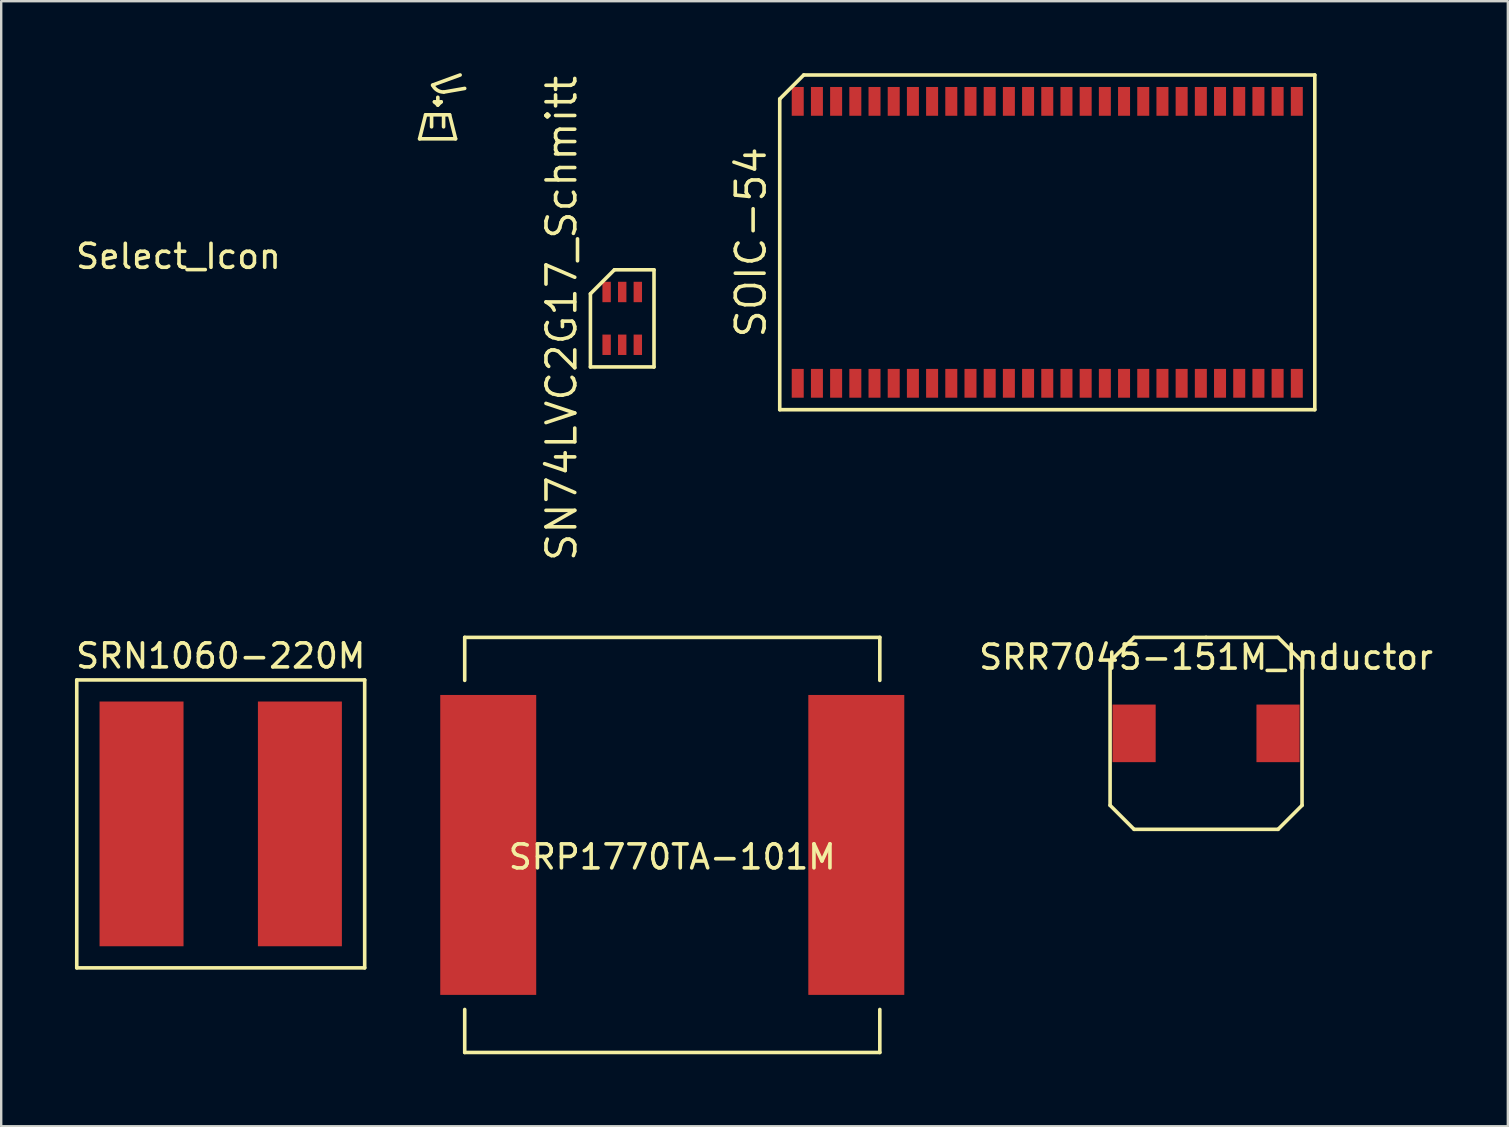
<source format=kicad_pcb>
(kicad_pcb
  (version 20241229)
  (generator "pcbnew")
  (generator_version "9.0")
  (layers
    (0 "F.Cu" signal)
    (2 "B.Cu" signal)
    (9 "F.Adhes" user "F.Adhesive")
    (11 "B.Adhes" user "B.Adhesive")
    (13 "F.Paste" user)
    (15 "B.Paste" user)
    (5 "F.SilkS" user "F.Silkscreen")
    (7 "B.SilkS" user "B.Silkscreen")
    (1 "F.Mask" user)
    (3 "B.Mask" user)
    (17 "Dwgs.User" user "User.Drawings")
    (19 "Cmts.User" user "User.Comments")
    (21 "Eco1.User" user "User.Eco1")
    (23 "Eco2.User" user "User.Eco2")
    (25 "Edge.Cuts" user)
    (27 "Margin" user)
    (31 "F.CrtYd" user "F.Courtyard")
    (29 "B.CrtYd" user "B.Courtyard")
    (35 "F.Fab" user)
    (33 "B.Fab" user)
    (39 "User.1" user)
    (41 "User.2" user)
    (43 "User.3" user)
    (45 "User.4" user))
  (footprint "SRP1770TA-101M"
    (layer "F.Cu")
    (at 24.968 32.164)
    (property "Reference" "SRP1770TA-101M" (at 0 0.5 0) (layer "F.SilkS") (effects (font (size 1 1) (thickness 0.15))))
    (attr through_hole)
    (fp_line (start -8.65 -8.65) (end 8.65 -8.65) (stroke (width 0.15) (type solid)) (layer "F.SilkS"))
    (fp_line (start -8.65 -6.858) (end -8.65 -8.65) (stroke (width 0.15) (type solid)) (layer "F.SilkS"))
    (fp_line (start -8.65 8.65) (end -8.65 6.858) (stroke (width 0.15) (type solid)) (layer "F.SilkS"))
    (fp_line (start -8.65 8.65) (end 8.65 8.65) (stroke (width 0.15) (type solid)) (layer "F.SilkS"))
    (fp_line (start 8.65 -8.65) (end 8.65 -6.858) (stroke (width 0.15) (type solid)) (layer "F.SilkS"))
    (fp_line (start 8.65 8.65) (end 8.65 6.858) (stroke (width 0.15) (type solid)) (layer "F.SilkS"))
    (pad "1" smd rect (at 7.67 0) (size 4 12.5) (layers "F.Cu" "F.Mask" "F.Paste"))
    (pad "2" smd rect (at -7.67 0) (size 4 12.5) (layers "F.Cu" "F.Mask" "F.Paste")))
  (footprint "SRN1060-220M"
    (layer "F.Cu")
    (at 6.149 31.287)
    (property "Reference" "SRN1060-220M" (at 0 -7 0) (layer "F.SilkS") (effects (font (size 1 1) (thickness 0.15))))
    (attr through_hole)
    (fp_line (start -6 -6) (end 6 -6) (stroke (width 0.15) (type solid)) (layer "F.SilkS"))
    (fp_line (start -6 6) (end -6 -6) (stroke (width 0.15) (type solid)) (layer "F.SilkS"))
    (fp_line (start -6 6) (end 6 6) (stroke (width 0.15) (type solid)) (layer "F.SilkS"))
    (fp_line (start 6 -6) (end 6 6) (stroke (width 0.15) (type solid)) (layer "F.SilkS"))
    (pad "1" smd rect (at 3.3 0) (size 3.5 10.2) (layers "F.Cu" "F.Mask" "F.Paste"))
    (pad "2" smd rect (at -3.3 0) (size 3.5 10.2) (layers "F.Cu" "F.Mask" "F.Paste")))
  (footprint "SN74LVC2G17_Schmitt"
    (layer "F.Cu")
    (at 22.882 10.219)
    (property "Reference" "SN74LVC2G17_Schmitt" (at -2.525 0 90) (layer "F.SilkS") (effects (font (size 1.2 1.2) (thickness 0.15))))
    (attr through_hole)
    (fp_line (start -1.325 -1.025) (end -1.325 2.025) (stroke (width 0.15) (type solid)) (layer "F.SilkS"))
    (fp_line (start -1.325 2.025) (end 1.325 2.025) (stroke (width 0.15) (type solid)) (layer "F.SilkS"))
    (fp_line (start -0.325 -2.025) (end -1.325 -1.025) (stroke (width 0.15) (type solid)) (layer "F.SilkS"))
    (fp_line (start 1.325 -2.025) (end -0.325 -2.025) (stroke (width 0.15) (type solid)) (layer "F.SilkS"))
    (fp_line (start 1.325 2.025) (end 1.325 -2.025) (stroke (width 0.15) (type solid)) (layer "F.SilkS"))
    (pad "1" smd rect (at -0.65 1.1) (size 0.35 0.85) (layers "F.Cu" "F.Mask" "F.Paste"))
    (pad "2" smd rect (at 0 1.1) (size 0.35 0.85) (layers "F.Cu" "F.Mask" "F.Paste"))
    (pad "3" smd rect (at 0.65 1.1) (size 0.35 0.85) (layers "F.Cu" "F.Mask" "F.Paste"))
    (pad "4" smd rect (at 0.65 -1.1) (size 0.35 0.85) (layers "F.Cu" "F.Mask" "F.Paste"))
    (pad "5" smd rect (at 0 -1.1) (size 0.35 0.85) (layers "F.Cu" "F.Mask" "F.Paste"))
    (pad "6" smd rect (at -0.65 -1.1) (size 0.35 0.85) (layers "F.Cu" "F.Mask" "F.Paste")))
  (footprint "SOIC-54"
    (layer "F.Cu")
    (at 40.597 7.05)
    (property "Reference" "SOIC-54" (at -12.35 0 90) (layer "F.SilkS") (effects (font (size 1.2 1.2) (thickness 0.15))))
    (attr through_hole)
    (fp_line (start -11.15 -5.975) (end -11.15 6.975) (stroke (width 0.15) (type solid)) (layer "F.SilkS"))
    (fp_line (start -11.15 6.975) (end 11.15 6.975) (stroke (width 0.15) (type solid)) (layer "F.SilkS"))
    (fp_line (start -10.15 -6.975) (end -11.15 -5.975) (stroke (width 0.15) (type solid)) (layer "F.SilkS"))
    (fp_line (start 11.15 -6.975) (end -10.15 -6.975) (stroke (width 0.15) (type solid)) (layer "F.SilkS"))
    (fp_line (start 11.15 6.975) (end 11.15 -6.975) (stroke (width 0.15) (type solid)) (layer "F.SilkS"))
    (pad "1" smd rect (at -10.4 5.875) (size 0.5 1.2) (layers "F.Cu" "F.Mask" "F.Paste"))
    (pad "2" smd rect (at -9.6 5.875) (size 0.5 1.2) (layers "F.Cu" "F.Mask" "F.Paste"))
    (pad "3" smd rect (at -8.8 5.875) (size 0.5 1.2) (layers "F.Cu" "F.Mask" "F.Paste"))
    (pad "4" smd rect (at -8 5.875) (size 0.5 1.2) (layers "F.Cu" "F.Mask" "F.Paste"))
    (pad "5" smd rect (at -7.2 5.875) (size 0.5 1.2) (layers "F.Cu" "F.Mask" "F.Paste"))
    (pad "6" smd rect (at -6.4 5.875) (size 0.5 1.2) (layers "F.Cu" "F.Mask" "F.Paste"))
    (pad "7" smd rect (at -5.6 5.875) (size 0.5 1.2) (layers "F.Cu" "F.Mask" "F.Paste"))
    (pad "8" smd rect (at -4.8 5.875) (size 0.5 1.2) (layers "F.Cu" "F.Mask" "F.Paste"))
    (pad "9" smd rect (at -4 5.875) (size 0.5 1.2) (layers "F.Cu" "F.Mask" "F.Paste"))
    (pad "10" smd rect (at -3.2 5.875) (size 0.5 1.2) (layers "F.Cu" "F.Mask" "F.Paste"))
    (pad "11" smd rect (at -2.4 5.875) (size 0.5 1.2) (layers "F.Cu" "F.Mask" "F.Paste"))
    (pad "12" smd rect (at -1.6 5.875) (size 0.5 1.2) (layers "F.Cu" "F.Mask" "F.Paste"))
    (pad "13" smd rect (at -0.8 5.875) (size 0.5 1.2) (layers "F.Cu" "F.Mask" "F.Paste"))
    (pad "14" smd rect (at 0 5.875) (size 0.5 1.2) (layers "F.Cu" "F.Mask" "F.Paste"))
    (pad "15" smd rect (at 0.8 5.875) (size 0.5 1.2) (layers "F.Cu" "F.Mask" "F.Paste"))
    (pad "16" smd rect (at 1.6 5.875) (size 0.5 1.2) (layers "F.Cu" "F.Mask" "F.Paste"))
    (pad "17" smd rect (at 2.4 5.875) (size 0.5 1.2) (layers "F.Cu" "F.Mask" "F.Paste"))
    (pad "18" smd rect (at 3.2 5.875) (size 0.5 1.2) (layers "F.Cu" "F.Mask" "F.Paste"))
    (pad "19" smd rect (at 4 5.875) (size 0.5 1.2) (layers "F.Cu" "F.Mask" "F.Paste"))
    (pad "20" smd rect (at 4.8 5.875) (size 0.5 1.2) (layers "F.Cu" "F.Mask" "F.Paste"))
    (pad "21" smd rect (at 5.6 5.875) (size 0.5 1.2) (layers "F.Cu" "F.Mask" "F.Paste"))
    (pad "22" smd rect (at 6.4 5.875) (size 0.5 1.2) (layers "F.Cu" "F.Mask" "F.Paste"))
    (pad "23" smd rect (at 7.2 5.875) (size 0.5 1.2) (layers "F.Cu" "F.Mask" "F.Paste"))
    (pad "24" smd rect (at 8 5.875) (size 0.5 1.2) (layers "F.Cu" "F.Mask" "F.Paste"))
    (pad "25" smd rect (at 8.8 5.875) (size 0.5 1.2) (layers "F.Cu" "F.Mask" "F.Paste"))
    (pad "26" smd rect (at 9.6 5.875) (size 0.5 1.2) (layers "F.Cu" "F.Mask" "F.Paste"))
    (pad "27" smd rect (at 10.4 5.875) (size 0.5 1.2) (layers "F.Cu" "F.Mask" "F.Paste"))
    (pad "28" smd rect (at 10.4 -5.875) (size 0.5 1.2) (layers "F.Cu" "F.Mask" "F.Paste"))
    (pad "29" smd rect (at 9.6 -5.875) (size 0.5 1.2) (layers "F.Cu" "F.Mask" "F.Paste"))
    (pad "30" smd rect (at 8.8 -5.875) (size 0.5 1.2) (layers "F.Cu" "F.Mask" "F.Paste"))
    (pad "31" smd rect (at 8 -5.875) (size 0.5 1.2) (layers "F.Cu" "F.Mask" "F.Paste"))
    (pad "32" smd rect (at 7.2 -5.875) (size 0.5 1.2) (layers "F.Cu" "F.Mask" "F.Paste"))
    (pad "33" smd rect (at 6.4 -5.875) (size 0.5 1.2) (layers "F.Cu" "F.Mask" "F.Paste"))
    (pad "34" smd rect (at 5.6 -5.875) (size 0.5 1.2) (layers "F.Cu" "F.Mask" "F.Paste"))
    (pad "35" smd rect (at 4.8 -5.875) (size 0.5 1.2) (layers "F.Cu" "F.Mask" "F.Paste"))
    (pad "36" smd rect (at 4 -5.875) (size 0.5 1.2) (layers "F.Cu" "F.Mask" "F.Paste"))
    (pad "37" smd rect (at 3.2 -5.875) (size 0.5 1.2) (layers "F.Cu" "F.Mask" "F.Paste"))
    (pad "38" smd rect (at 2.4 -5.875) (size 0.5 1.2) (layers "F.Cu" "F.Mask" "F.Paste"))
    (pad "39" smd rect (at 1.6 -5.875) (size 0.5 1.2) (layers "F.Cu" "F.Mask" "F.Paste"))
    (pad "40" smd rect (at 0.8 -5.875) (size 0.5 1.2) (layers "F.Cu" "F.Mask" "F.Paste"))
    (pad "41" smd rect (at 0 -5.875) (size 0.5 1.2) (layers "F.Cu" "F.Mask" "F.Paste"))
    (pad "42" smd rect (at -0.8 -5.875) (size 0.5 1.2) (layers "F.Cu" "F.Mask" "F.Paste"))
    (pad "43" smd rect (at -1.6 -5.875) (size 0.5 1.2) (layers "F.Cu" "F.Mask" "F.Paste"))
    (pad "44" smd rect (at -2.4 -5.875) (size 0.5 1.2) (layers "F.Cu" "F.Mask" "F.Paste"))
    (pad "45" smd rect (at -3.2 -5.875) (size 0.5 1.2) (layers "F.Cu" "F.Mask" "F.Paste"))
    (pad "46" smd rect (at -4 -5.875) (size 0.5 1.2) (layers "F.Cu" "F.Mask" "F.Paste"))
    (pad "47" smd rect (at -4.8 -5.875) (size 0.5 1.2) (layers "F.Cu" "F.Mask" "F.Paste"))
    (pad "48" smd rect (at -5.6 -5.875) (size 0.5 1.2) (layers "F.Cu" "F.Mask" "F.Paste"))
    (pad "49" smd rect (at -6.4 -5.875) (size 0.5 1.2) (layers "F.Cu" "F.Mask" "F.Paste"))
    (pad "50" smd rect (at -7.2 -5.875) (size 0.5 1.2) (layers "F.Cu" "F.Mask" "F.Paste"))
    (pad "51" smd rect (at -8 -5.875) (size 0.5 1.2) (layers "F.Cu" "F.Mask" "F.Paste"))
    (pad "52" smd rect (at -8.8 -5.875) (size 0.5 1.2) (layers "F.Cu" "F.Mask" "F.Paste"))
    (pad "53" smd rect (at -9.6 -5.875) (size 0.5 1.2) (layers "F.Cu" "F.Mask" "F.Paste"))
    (pad "54" smd rect (at -10.4 -5.875) (size 0.5 1.2) (layers "F.Cu" "F.Mask" "F.Paste")))
  (footprint "SRR7045-151M_Inductor"
    (layer "F.Cu")
    (at 47.215 27.514)
    (property "Reference" "SRR7045-151M_Inductor" (at 0 -3.175 0) (layer "F.SilkS") (effects (font (size 1 1) (thickness 0.15))))
    (attr smd)
    (fp_line (start -4 -3) (end -3 -4) (stroke (width 0.15) (type solid)) (layer "F.SilkS"))
    (fp_line (start -4 3) (end -4 -3) (stroke (width 0.15) (type solid)) (layer "F.SilkS"))
    (fp_line (start -3 -4) (end 0 -4) (stroke (width 0.15) (type solid)) (layer "F.SilkS"))
    (fp_line (start -3 4) (end -4 3) (stroke (width 0.15) (type solid)) (layer "F.SilkS"))
    (fp_line (start 0 -4) (end 3 -4) (stroke (width 0.15) (type solid)) (layer "F.SilkS"))
    (fp_line (start 3 -4) (end 4 -3) (stroke (width 0.15) (type solid)) (layer "F.SilkS"))
    (fp_line (start 3 4) (end -3 4) (stroke (width 0.15) (type solid)) (layer "F.SilkS"))
    (fp_line (start 4 -3) (end 4 3) (stroke (width 0.15) (type solid)) (layer "F.SilkS"))
    (fp_line (start 4 3) (end 3 4) (stroke (width 0.15) (type solid)) (layer "F.SilkS"))
    (fp_text user "" (at 0 0 0) (layer "F.SilkS") (effects (font (size 1 1) (thickness 0.15))))
    (fp_text user "" (at 0 0 0) (layer "F.SilkS") (effects (font (size 1 1) (thickness 0.15))))
    (pad "1" smd rect (at -3 0) (size 1.8 2.4) (layers "F.Cu" "F.Mask" "F.Paste"))
    (pad "2" smd rect (at 3 0) (size 1.8 2.4) (layers "F.Cu" "F.Mask" "F.Paste")))
  (footprint "Select_Icon"
    (layer "F.Cu")
    (at 15.187 2.735)
    (property "Reference" "Select_Icon" (at -10.8 4.9 0) (layer "F.SilkS") (effects (font (size 1 1) (thickness 0.15))))
    (attr through_hole)
    (fp_line (start -0.75 0) (end -0.5 -1) (stroke (width 0.15) (type solid)) (layer "F.SilkS"))
    (fp_line (start -0.75 0) (end 0.75 0) (stroke (width 0.15) (type solid)) (layer "F.SilkS"))
    (fp_line (start -0.25 -1) (end -0.25 -0.5) (stroke (width 0.15) (type solid)) (layer "F.SilkS"))
    (fp_line (start -0.21 -2.24) (end 0.94 -2.66) (stroke (width 0.15) (type solid)) (layer "F.SilkS"))
    (fp_line (start -0.13 -1.54) (end 0.01 -1.41) (stroke (width 0.15) (type solid)) (layer "F.SilkS"))
    (fp_line (start 0.01 -1.73) (end 0.01 -1.41) (stroke (width 0.15) (type solid)) (layer "F.SilkS"))
    (fp_line (start 0.01 -1.41) (end 0.15 -1.54) (stroke (width 0.15) (type solid)) (layer "F.SilkS"))
    (fp_line (start 0.15 -1.54) (end -0.13 -1.54) (stroke (width 0.15) (type solid)) (layer "F.SilkS"))
    (fp_line (start 0.25 -1) (end 0.25 -0.5) (stroke (width 0.15) (type solid)) (layer "F.SilkS"))
    (fp_line (start 0.27 -1.95) (end 1.13 -2.1) (stroke (width 0.15) (type solid)) (layer "F.SilkS"))
    (fp_line (start 0.5 -1) (end -0.5 -1) (stroke (width 0.15) (type solid)) (layer "F.SilkS"))
    (fp_line (start 0.5 -1) (end 0.75 0) (stroke (width 0.15) (type solid)) (layer "F.SilkS"))
    (fp_arc (start 0.25 -1.95) (mid -0.012866 -2.024675) (end -0.197214 -2.226393) (stroke (width 0.15) (type solid)) (layer "F.SilkS")))
  (gr_rect
    (start -3 -3)
    (end 59.792 43.889)
    (stroke (width 0.1) (type default))
    (fill no)
    (layer "Edge.Cuts")))
</source>
